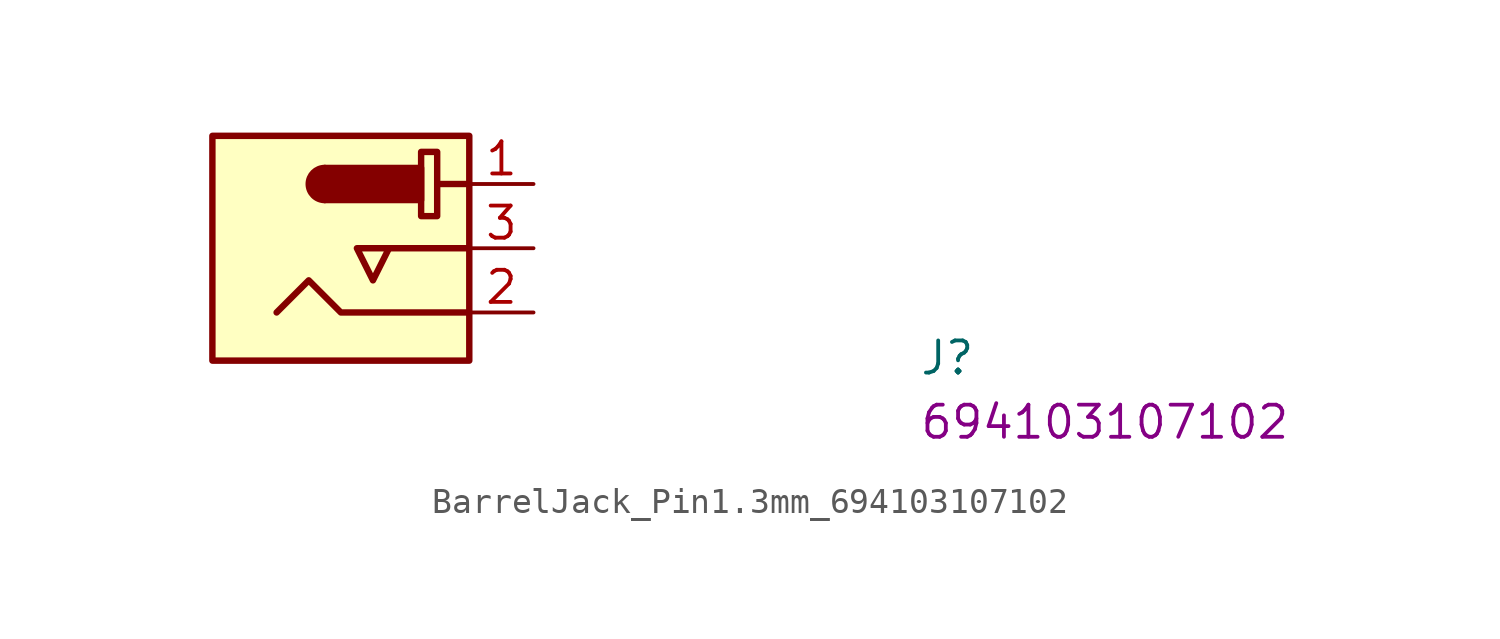
<source format=kicad_sym>
(kicad_symbol_lib
  (version 20220914)
  (generator kicad_symbol_editor)
  (symbol "BarrelJack_Pin1.3mm_694103107102"
    (pin_names hide)
    (property "Reference" "J"
      (at 15.24 -7.62 0)
      (effects (font (size 1.27 1.27) (thickness 0.15)) (justify left bottom)))
    (property "MPN" "694103107102"
      (at 15.24 -10.16 0)
      (effects (font (size 1.27 1.27) (thickness 0.15)) (justify left bottom)))
    (symbol "BarrelJack_Pin1.3mm_694103107102_1_1"
      (rectangle (start -12.7 1.905) (end -2.54 -6.985) (stroke (width 0.254) (type default)) (fill (type background)))
      (arc (start -8.255 0.635) (mid -8.8873 0) (end -8.255 -0.635) (stroke (width 0.254) (type default)) (fill (type outline)))
      (rectangle (start -8.255 0.635) (end -4.445 -0.635) (stroke (width 0.254) (type default)) (fill (type outline)))
      (rectangle (start -4.445 1.27) (end -3.81 -1.27) (stroke (width 0.254) (type default)) (fill (type none)))
      (polyline (pts (xy -2.54 -2.54) (xy -5.715 -2.54)) (stroke (width 0.254) (type default)) (fill (type background)))
      (polyline (pts (xy -2.54 0) (xy -3.81 0)) (stroke (width 0.254) (type default)) (fill (type background)))
      (polyline (pts (xy -2.54 -5.08) (xy -7.62 -5.08) (xy -8.89 -3.81) (xy -10.16 -5.08)) (stroke (width 0.254) (type default)) (fill (type none)))
      (polyline (pts (xy -6.35 -2.54) (xy -6.985 -2.54) (xy -6.35 -3.81) (xy -5.715 -2.54) (xy -6.35 -2.54)) (stroke (width 0.254) (type default)) (fill (type none)))
      (pin passive line (at 0 0 180) (length 2.54) (name "1" (effects (font (size 1.27 1.27)))) (number "1" (effects (font (size 1.27 1.27)))))
      (pin passive line (at 0 0 180) (length 2.54) hide (name "1" (effects (font (size 1.27 1.27)))) (number "1" (effects (font (size 1.27 1.27)))))
      (pin passive line (at 0 -5.08 180) (length 2.54) (name "2" (effects (font (size 1.27 1.27)))) (number "2" (effects (font (size 1.27 1.27)))))
      (pin passive line (at 0 -2.54 180) (length 2.54) (name "3" (effects (font (size 1.27 1.27)))) (number "3" (effects (font (size 1.27 1.27))))))))
</source>
